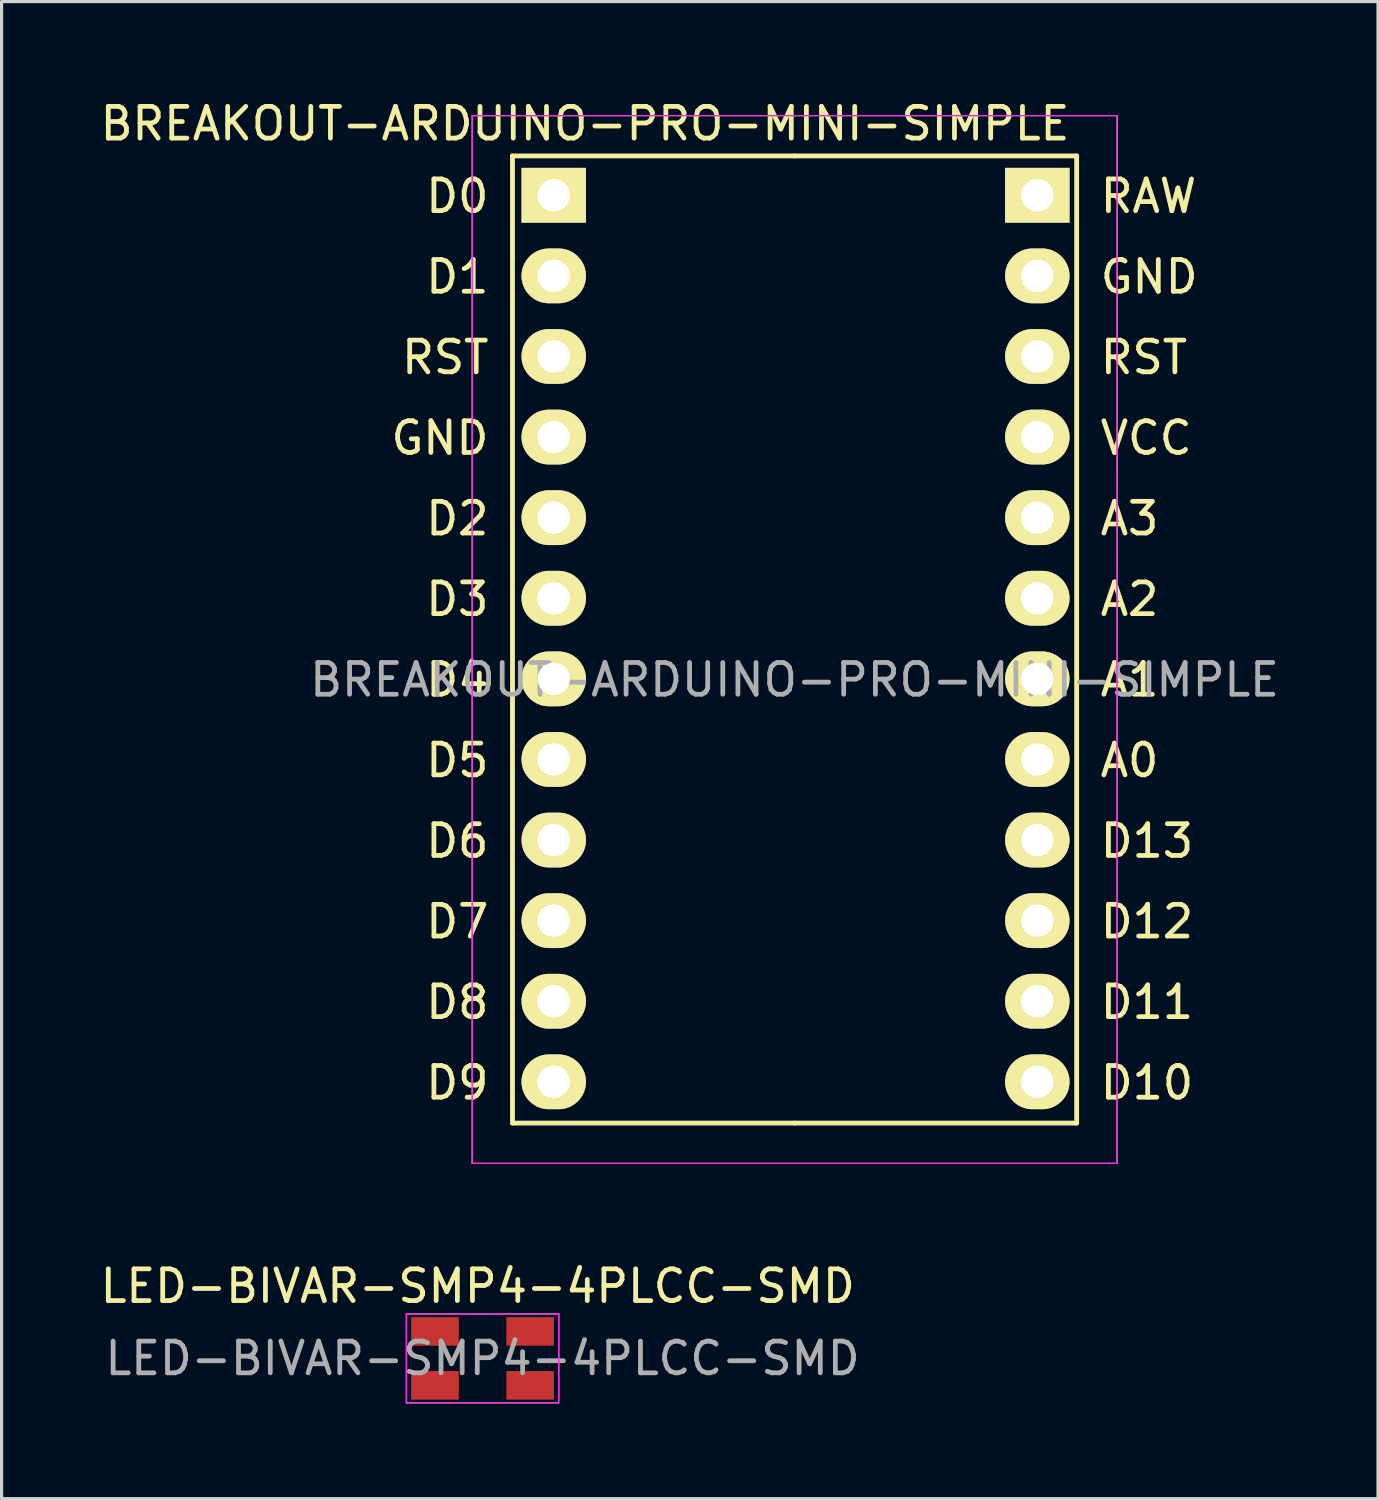
<source format=kicad_pcb>
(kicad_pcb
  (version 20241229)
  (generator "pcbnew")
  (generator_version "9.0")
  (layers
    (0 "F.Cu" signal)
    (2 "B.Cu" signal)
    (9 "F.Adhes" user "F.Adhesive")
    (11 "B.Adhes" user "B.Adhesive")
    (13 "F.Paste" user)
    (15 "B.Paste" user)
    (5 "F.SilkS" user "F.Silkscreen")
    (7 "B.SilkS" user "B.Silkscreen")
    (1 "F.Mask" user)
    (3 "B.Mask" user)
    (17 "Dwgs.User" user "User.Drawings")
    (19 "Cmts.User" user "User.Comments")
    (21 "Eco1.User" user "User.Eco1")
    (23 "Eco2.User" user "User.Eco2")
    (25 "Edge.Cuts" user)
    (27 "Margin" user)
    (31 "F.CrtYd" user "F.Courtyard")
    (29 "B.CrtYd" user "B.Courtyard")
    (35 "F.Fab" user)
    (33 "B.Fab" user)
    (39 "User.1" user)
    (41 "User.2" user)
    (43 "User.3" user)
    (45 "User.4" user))
  (footprint "BREAKOUT-ARDUINO-PRO-MINI-SIMPLE"
    (layer "F.Cu")
    (at 21.991 18.374)
    (property "Reference" "BREAKOUT-ARDUINO-PRO-MINI-SIMPLE" (at 0 0 0) (layer "F.Fab") (effects (font (size 1 1) (thickness 0.15))))
    (attr through_hole)
    (fp_line (start -8.89 13.97) (end -8.89 -16.51) (stroke (width 0.152) (type solid)) (layer "F.SilkS"))
    (fp_line (start 0 -16.51) (end -8.89 -16.51) (stroke (width 0.152) (type solid)) (layer "F.SilkS"))
    (fp_line (start 0 -16.51) (end 8.89 -16.51) (stroke (width 0.152) (type solid)) (layer "F.SilkS"))
    (fp_line (start 0 13.97) (end -8.89 13.97) (stroke (width 0.152) (type solid)) (layer "F.SilkS"))
    (fp_line (start 0 13.97) (end 8.89 13.97) (stroke (width 0.152) (type solid)) (layer "F.SilkS"))
    (fp_line (start 8.89 13.97) (end 8.89 -16.51) (stroke (width 0.152) (type solid)) (layer "F.SilkS"))
    (fp_line (start -10.16 -17.78) (end -10.16 15.24) (stroke (width 0.041) (type solid)) (layer "F.CrtYd"))
    (fp_line (start -10.16 15.24) (end 10.16 15.24) (stroke (width 0.041) (type solid)) (layer "F.CrtYd"))
    (fp_line (start 10.16 -17.78) (end -10.16 -17.78) (stroke (width 0.041) (type solid)) (layer "F.CrtYd"))
    (fp_line (start 10.16 15.24) (end 10.16 -17.78) (stroke (width 0.041) (type solid)) (layer "F.CrtYd"))
    (fp_line (start -10.16 -17.78) (end -10.16 15.24) (stroke (width 0.041) (type solid)) (layer "F.Fab"))
    (fp_line (start -10.16 15.24) (end 10.17 15.24) (stroke (width 0.041) (type solid)) (layer "F.Fab"))
    (fp_line (start 10.16 -17.78) (end -10.16 -17.78) (stroke (width 0.041) (type solid)) (layer "F.Fab"))
    (fp_line (start 10.16 15.24) (end 10.17 -17.78) (stroke (width 0.041) (type solid)) (layer "F.Fab"))
    (fp_text user "D2" (at -10.628 -5.08 0) (layer "F.SilkS") (effects (font (size 1 1) (thickness 0.15))))
    (fp_text user "VCC" (at 11.081 -7.62 0) (layer "F.SilkS") (effects (font (size 1 1) (thickness 0.15))))
    (fp_text user "A0" (at 10.557 2.54 0) (layer "F.SilkS") (effects (font (size 1 1) (thickness 0.15))))
    (fp_text user "D7" (at -10.628 7.62 0) (layer "F.SilkS") (effects (font (size 1 1) (thickness 0.15))))
    (fp_text user "A2" (at 10.557 -2.54 0) (layer "F.SilkS") (effects (font (size 1 1) (thickness 0.15))))
    (fp_text user "D10" (at 11.105 12.7 0) (layer "F.SilkS") (effects (font (size 1 1) (thickness 0.15))))
    (fp_text user "RST" (at 11.009 -10.16 0) (layer "F.SilkS") (effects (font (size 1 1) (thickness 0.15))))
    (fp_text user "RST" (at -11.009 -10.16 0) (layer "F.SilkS") (effects (font (size 1 1) (thickness 0.15))))
    (fp_text user "GND" (at 11.176 -12.7 0) (layer "F.SilkS") (effects (font (size 1 1) (thickness 0.15))))
    (fp_text user "D1" (at -10.628 -12.7 0) (layer "F.SilkS") (effects (font (size 1 1) (thickness 0.15))))
    (fp_text user "A1" (at 10.557 0 0) (layer "F.SilkS") (effects (font (size 1 1) (thickness 0.15))))
    (fp_text user "${REFERENCE}" (at -6.604 -17.526 0) (layer "F.SilkS") (effects (font (size 1 1) (thickness 0.15))))
    (fp_text user "A3" (at 10.557 -5.08 0) (layer "F.SilkS") (effects (font (size 1 1) (thickness 0.15))))
    (fp_text user "D12" (at 11.105 7.62 0) (layer "F.SilkS") (effects (font (size 1 1) (thickness 0.15))))
    (fp_text user "D3" (at -10.628 -2.54 0) (layer "F.SilkS") (effects (font (size 1 1) (thickness 0.15))))
    (fp_text user "D0" (at -10.628 -15.24 0) (layer "F.SilkS") (effects (font (size 1 1) (thickness 0.15))))
    (fp_text user "GND" (at -11.176 -7.62 0) (layer "F.SilkS") (effects (font (size 1 1) (thickness 0.15))))
    (fp_text user "D4" (at -10.628 0 0) (layer "F.SilkS") (effects (font (size 1 1) (thickness 0.15))))
    (fp_text user "D8" (at -10.628 10.16 0) (layer "F.SilkS") (effects (font (size 1 1) (thickness 0.15))))
    (fp_text user "RAW" (at 11.152 -15.24 0) (layer "F.SilkS") (effects (font (size 1 1) (thickness 0.15))))
    (fp_text user "D13" (at 11.105 5.08 0) (layer "F.SilkS") (effects (font (size 1 1) (thickness 0.15))))
    (fp_text user "D11" (at 11.105 10.16 0) (layer "F.SilkS") (effects (font (size 1 1) (thickness 0.15))))
    (fp_text user "D6" (at -10.628 5.08 0) (layer "F.SilkS") (effects (font (size 1 1) (thickness 0.15))))
    (fp_text user "D5" (at -10.628 2.54 0) (layer "F.SilkS") (effects (font (size 1 1) (thickness 0.15))))
    (fp_text user "D9" (at -10.628 12.7 0) (layer "F.SilkS") (effects (font (size 1 1) (thickness 0.15))))
    (pad "A0" thru_hole oval (at 7.65 2.51 270) (size 1.727 2.032) (drill 1.016) (layers "*.Cu" "*.Mask" "F.SilkS"))
    (pad "A1" thru_hole oval (at 7.65 -0.03 270) (size 1.727 2.032) (drill 1.016) (layers "*.Cu" "*.Mask" "F.SilkS"))
    (pad "A2" thru_hole oval (at 7.65 -2.57 270) (size 1.727 2.032) (drill 1.016) (layers "*.Cu" "*.Mask" "F.SilkS"))
    (pad "A3" thru_hole oval (at 7.65 -5.11 270) (size 1.727 2.032) (drill 1.016) (layers "*.Cu" "*.Mask" "F.SilkS"))
    (pad "D0" thru_hole rect (at -7.59 -15.27 270) (size 1.727 2.032) (drill 1.016) (layers "*.Cu" "*.Mask" "F.SilkS"))
    (pad "D1" thru_hole oval (at -7.59 -12.73 270) (size 1.727 2.032) (drill 1.016) (layers "*.Cu" "*.Mask" "F.SilkS"))
    (pad "D2" thru_hole oval (at -7.59 -5.11 270) (size 1.727 2.032) (drill 1.016) (layers "*.Cu" "*.Mask" "F.SilkS"))
    (pad "D3" thru_hole oval (at -7.59 -2.57 270) (size 1.727 2.032) (drill 1.016) (layers "*.Cu" "*.Mask" "F.SilkS"))
    (pad "D4" thru_hole oval (at -7.59 -0.03 270) (size 1.727 2.032) (drill 1.016) (layers "*.Cu" "*.Mask" "F.SilkS"))
    (pad "D5" thru_hole oval (at -7.59 2.51 270) (size 1.727 2.032) (drill 1.016) (layers "*.Cu" "*.Mask" "F.SilkS"))
    (pad "D6" thru_hole oval (at -7.59 5.05 270) (size 1.727 2.032) (drill 1.016) (layers "*.Cu" "*.Mask" "F.SilkS"))
    (pad "D7" thru_hole oval (at -7.59 7.59 270) (size 1.727 2.032) (drill 1.016) (layers "*.Cu" "*.Mask" "F.SilkS"))
    (pad "D8" thru_hole oval (at -7.59 10.13 270) (size 1.727 2.032) (drill 1.016) (layers "*.Cu" "*.Mask" "F.SilkS"))
    (pad "D9" thru_hole oval (at -7.59 12.67 270) (size 1.727 2.032) (drill 1.016) (layers "*.Cu" "*.Mask" "F.SilkS"))
    (pad "D10" thru_hole oval (at 7.65 12.67 270) (size 1.727 2.032) (drill 1.016) (layers "*.Cu" "*.Mask" "F.SilkS"))
    (pad "D11" thru_hole oval (at 7.65 10.13 270) (size 1.727 2.032) (drill 1.016) (layers "*.Cu" "*.Mask" "F.SilkS"))
    (pad "D12" thru_hole oval (at 7.65 7.59 270) (size 1.727 2.032) (drill 1.016) (layers "*.Cu" "*.Mask" "F.SilkS"))
    (pad "D13" thru_hole oval (at 7.65 5.05 270) (size 1.727 2.032) (drill 1.016) (layers "*.Cu" "*.Mask" "F.SilkS"))
    (pad "GND1" thru_hole oval (at 7.65 -12.73 270) (size 1.727 2.032) (drill 1.016) (layers "*.Cu" "*.Mask" "F.SilkS"))
    (pad "GND2" thru_hole oval (at -7.59 -7.65 270) (size 1.727 2.032) (drill 1.016) (layers "*.Cu" "*.Mask" "F.SilkS"))
    (pad "RAW" thru_hole rect (at 7.65 -15.27 270) (size 1.727 2.032) (drill 1.016) (layers "*.Cu" "*.Mask" "F.SilkS"))
    (pad "RST1" thru_hole oval (at 7.65 -10.19 270) (size 1.727 2.032) (drill 1.016) (layers "*.Cu" "*.Mask" "F.SilkS"))
    (pad "RST2" thru_hole oval (at -7.59 -10.19 270) (size 1.727 2.032) (drill 1.016) (layers "*.Cu" "*.Mask" "F.SilkS"))
    (pad "VCC" thru_hole oval (at 7.65 -7.65 270) (size 1.727 2.032) (drill 1.016) (layers "*.Cu" "*.Mask" "F.SilkS")))
  (footprint "LED-BIVAR-SMP4-4PLCC-SMD"
    (layer "F.Cu")
    (at 12.006 39.683)
    (property "Reference" "LED-BIVAR-SMP4-4PLCC-SMD" (at 0.152 0.077 180) (layer "F.Fab") (effects (font (size 1 1) (thickness 0.15))))
    (attr through_hole)
    (fp_line (start -2.248 -1.323) (end 2.552 -1.323) (stroke (width 0.041) (type solid)) (layer "F.CrtYd"))
    (fp_line (start -2.248 1.477) (end -2.248 -1.323) (stroke (width 0.041) (type solid)) (layer "F.CrtYd"))
    (fp_line (start -2.248 1.477) (end 2.552 1.477) (stroke (width 0.041) (type solid)) (layer "F.CrtYd"))
    (fp_line (start 2.552 1.477) (end 2.552 -1.323) (stroke (width 0.041) (type solid)) (layer "F.CrtYd"))
    (fp_line (start -2.248 -1.323) (end 2.552 -1.323) (stroke (width 0.041) (type solid)) (layer "F.Fab"))
    (fp_line (start -2.248 1.477) (end -2.248 -1.323) (stroke (width 0.041) (type solid)) (layer "F.Fab"))
    (fp_line (start -2.248 1.477) (end 2.552 1.477) (stroke (width 0.041) (type solid)) (layer "F.Fab"))
    (fp_line (start 2.552 1.477) (end 2.552 -1.323) (stroke (width 0.041) (type solid)) (layer "F.Fab"))
    (fp_text user "${REFERENCE}" (at 0 -2.2 0) (layer "F.SilkS") (effects (font (size 1 1) (thickness 0.15))))
    (pad "1" smd rect (at -1.348 0.927 180) (size 1.5 0.9) (layers "F.Cu" "F.Mask" "F.Paste"))
    (pad "2" smd rect (at 1.652 0.927 180) (size 1.5 0.9) (layers "F.Cu" "F.Mask" "F.Paste"))
    (pad "3" smd rect (at -1.348 -0.773 180) (size 1.5 0.9) (layers "F.Cu" "F.Mask" "F.Paste"))
    (pad "4" smd rect (at 1.652 -0.773 180) (size 1.5 0.9) (layers "F.Cu" "F.Mask" "F.Paste")))
  (gr_rect
    (start -3 -3)
    (end 40.378 44.18)
    (stroke (width 0.1) (type default))
    (fill no)
    (layer "Edge.Cuts")))
</source>
